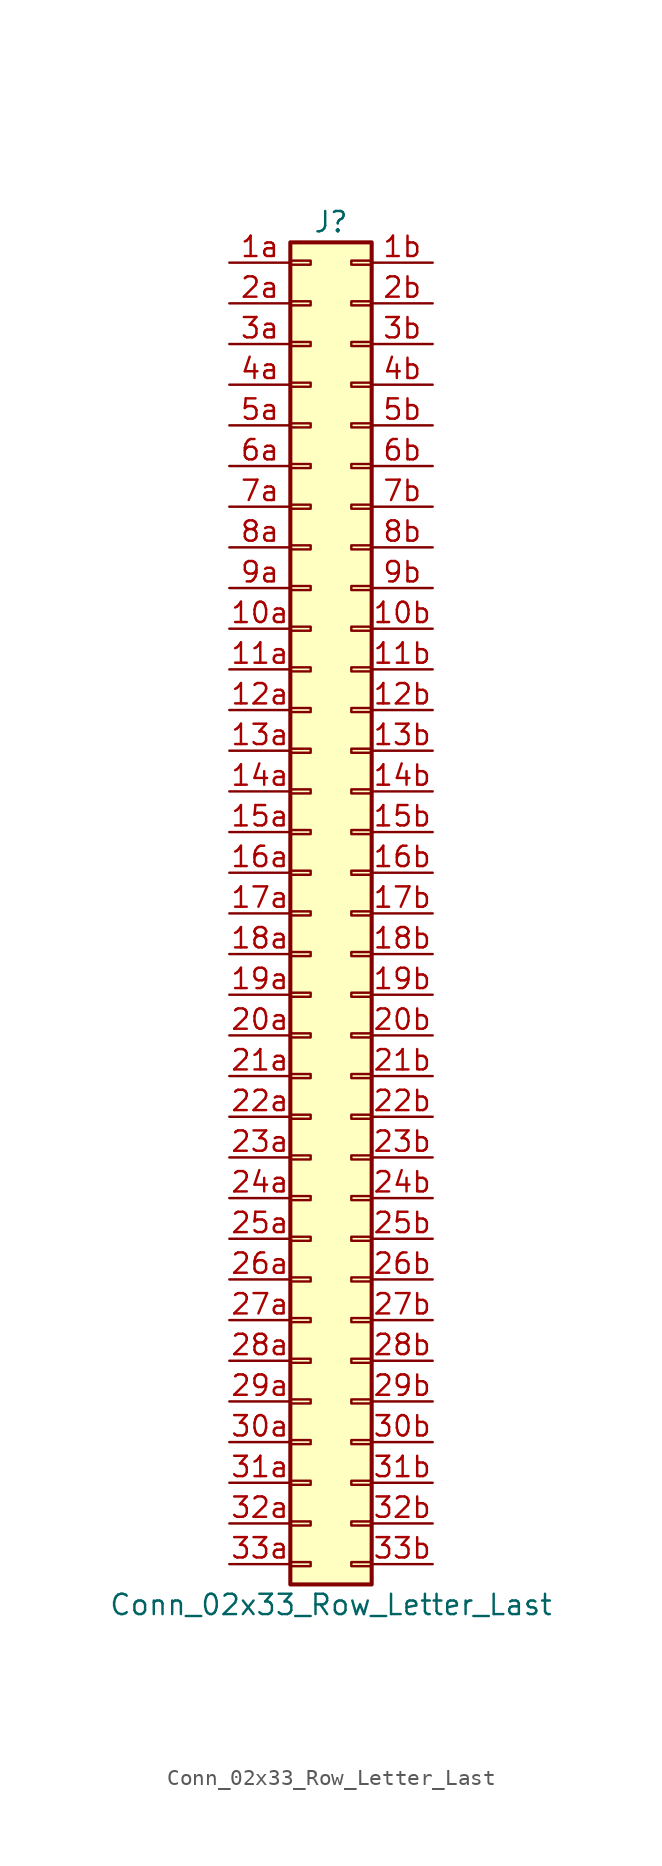
<source format=kicad_sym>
(kicad_symbol_lib
  (version 20201005)
  (generator kicad_symbol_editor)
  (symbol "Conn_02x33_Row_Letter_Last"
    (pin_names
      (offset 1.016) hide)
    (property "Reference" "J"
      (at 1.27 43.18 0)
      (effects (font (size 1.27 1.27))))
    (property "Value" "Conn_02x33_Row_Letter_Last"
      (at 1.27 -43.18 0)
      (effects (font (size 1.27 1.27))))
    (symbol "Conn_02x33_Row_Letter_Last_1_1"
      (rectangle (start -1.27 -40.513) (end 0 -40.767) (stroke (width 0.152)) (fill (type none)))
      (rectangle (start -1.27 -37.973) (end 0 -38.227) (stroke (width 0.152)) (fill (type none)))
      (rectangle (start -1.27 -35.433) (end 0 -35.687) (stroke (width 0.152)) (fill (type none)))
      (rectangle (start -1.27 -32.893) (end 0 -33.147) (stroke (width 0.152)) (fill (type none)))
      (rectangle (start -1.27 -30.353) (end 0 -30.607) (stroke (width 0.152)) (fill (type none)))
      (rectangle (start -1.27 -27.813) (end 0 -28.067) (stroke (width 0.152)) (fill (type none)))
      (rectangle (start -1.27 -25.273) (end 0 -25.527) (stroke (width 0.152)) (fill (type none)))
      (rectangle (start -1.27 -22.733) (end 0 -22.987) (stroke (width 0.152)) (fill (type none)))
      (rectangle (start -1.27 -20.193) (end 0 -20.447) (stroke (width 0.152)) (fill (type none)))
      (rectangle (start -1.27 -17.653) (end 0 -17.907) (stroke (width 0.152)) (fill (type none)))
      (rectangle (start -1.27 -15.113) (end 0 -15.367) (stroke (width 0.152)) (fill (type none)))
      (rectangle (start -1.27 -12.573) (end 0 -12.827) (stroke (width 0.152)) (fill (type none)))
      (rectangle (start -1.27 -10.033) (end 0 -10.287) (stroke (width 0.152)) (fill (type none)))
      (rectangle (start -1.27 -7.493) (end 0 -7.747) (stroke (width 0.152)) (fill (type none)))
      (rectangle (start -1.27 -4.953) (end 0 -5.207) (stroke (width 0.152)) (fill (type none)))
      (rectangle (start -1.27 -2.413) (end 0 -2.667) (stroke (width 0.152)) (fill (type none)))
      (rectangle (start -1.27 0.127) (end 0 -0.127) (stroke (width 0.152)) (fill (type none)))
      (rectangle (start -1.27 2.667) (end 0 2.413) (stroke (width 0.152)) (fill (type none)))
      (rectangle (start -1.27 5.207) (end 0 4.953) (stroke (width 0.152)) (fill (type none)))
      (rectangle (start -1.27 7.747) (end 0 7.493) (stroke (width 0.152)) (fill (type none)))
      (rectangle (start -1.27 10.287) (end 0 10.033) (stroke (width 0.152)) (fill (type none)))
      (rectangle (start -1.27 12.827) (end 0 12.573) (stroke (width 0.152)) (fill (type none)))
      (rectangle (start -1.27 15.367) (end 0 15.113) (stroke (width 0.152)) (fill (type none)))
      (rectangle (start -1.27 17.907) (end 0 17.653) (stroke (width 0.152)) (fill (type none)))
      (rectangle (start -1.27 20.447) (end 0 20.193) (stroke (width 0.152)) (fill (type none)))
      (rectangle (start -1.27 22.987) (end 0 22.733) (stroke (width 0.152)) (fill (type none)))
      (rectangle (start -1.27 25.527) (end 0 25.273) (stroke (width 0.152)) (fill (type none)))
      (rectangle (start -1.27 28.067) (end 0 27.813) (stroke (width 0.152)) (fill (type none)))
      (rectangle (start -1.27 30.607) (end 0 30.353) (stroke (width 0.152)) (fill (type none)))
      (rectangle (start -1.27 33.147) (end 0 32.893) (stroke (width 0.152)) (fill (type none)))
      (rectangle (start -1.27 35.687) (end 0 35.433) (stroke (width 0.152)) (fill (type none)))
      (rectangle (start -1.27 38.227) (end 0 37.973) (stroke (width 0.152)) (fill (type none)))
      (rectangle (start -1.27 40.767) (end 0 40.513) (stroke (width 0.152)) (fill (type none)))
      (rectangle (start 3.81 -40.513) (end 2.54 -40.767) (stroke (width 0.152)) (fill (type none)))
      (rectangle (start 3.81 -37.973) (end 2.54 -38.227) (stroke (width 0.152)) (fill (type none)))
      (rectangle (start 3.81 -35.433) (end 2.54 -35.687) (stroke (width 0.152)) (fill (type none)))
      (rectangle (start 3.81 -32.893) (end 2.54 -33.147) (stroke (width 0.152)) (fill (type none)))
      (rectangle (start 3.81 -30.353) (end 2.54 -30.607) (stroke (width 0.152)) (fill (type none)))
      (rectangle (start 3.81 -27.813) (end 2.54 -28.067) (stroke (width 0.152)) (fill (type none)))
      (rectangle (start 3.81 -25.273) (end 2.54 -25.527) (stroke (width 0.152)) (fill (type none)))
      (rectangle (start 3.81 -22.733) (end 2.54 -22.987) (stroke (width 0.152)) (fill (type none)))
      (rectangle (start 3.81 -20.193) (end 2.54 -20.447) (stroke (width 0.152)) (fill (type none)))
      (rectangle (start 3.81 -17.653) (end 2.54 -17.907) (stroke (width 0.152)) (fill (type none)))
      (rectangle (start 3.81 -15.113) (end 2.54 -15.367) (stroke (width 0.152)) (fill (type none)))
      (rectangle (start 3.81 -12.573) (end 2.54 -12.827) (stroke (width 0.152)) (fill (type none)))
      (rectangle (start 3.81 -10.033) (end 2.54 -10.287) (stroke (width 0.152)) (fill (type none)))
      (rectangle (start 3.81 -7.493) (end 2.54 -7.747) (stroke (width 0.152)) (fill (type none)))
      (rectangle (start 3.81 -4.953) (end 2.54 -5.207) (stroke (width 0.152)) (fill (type none)))
      (rectangle (start 3.81 -2.413) (end 2.54 -2.667) (stroke (width 0.152)) (fill (type none)))
      (rectangle (start 3.81 0.127) (end 2.54 -0.127) (stroke (width 0.152)) (fill (type none)))
      (rectangle (start 3.81 2.667) (end 2.54 2.413) (stroke (width 0.152)) (fill (type none)))
      (rectangle (start 3.81 5.207) (end 2.54 4.953) (stroke (width 0.152)) (fill (type none)))
      (rectangle (start 3.81 7.747) (end 2.54 7.493) (stroke (width 0.152)) (fill (type none)))
      (rectangle (start 3.81 10.287) (end 2.54 10.033) (stroke (width 0.152)) (fill (type none)))
      (rectangle (start 3.81 12.827) (end 2.54 12.573) (stroke (width 0.152)) (fill (type none)))
      (rectangle (start 3.81 15.367) (end 2.54 15.113) (stroke (width 0.152)) (fill (type none)))
      (rectangle (start 3.81 17.907) (end 2.54 17.653) (stroke (width 0.152)) (fill (type none)))
      (rectangle (start 3.81 20.447) (end 2.54 20.193) (stroke (width 0.152)) (fill (type none)))
      (rectangle (start 3.81 22.987) (end 2.54 22.733) (stroke (width 0.152)) (fill (type none)))
      (rectangle (start 3.81 25.527) (end 2.54 25.273) (stroke (width 0.152)) (fill (type none)))
      (rectangle (start 3.81 28.067) (end 2.54 27.813) (stroke (width 0.152)) (fill (type none)))
      (rectangle (start 3.81 30.607) (end 2.54 30.353) (stroke (width 0.152)) (fill (type none)))
      (rectangle (start 3.81 33.147) (end 2.54 32.893) (stroke (width 0.152)) (fill (type none)))
      (rectangle (start 3.81 35.687) (end 2.54 35.433) (stroke (width 0.152)) (fill (type none)))
      (rectangle (start 3.81 38.227) (end 2.54 37.973) (stroke (width 0.152)) (fill (type none)))
      (rectangle (start 3.81 40.767) (end 2.54 40.513) (stroke (width 0.152)) (fill (type none)))
      (rectangle (start -1.27 41.91) (end 3.81 -41.91) (stroke (width 0.254)) (fill (type background)))
      (pin passive line (at -5.08 17.78 0) (length 3.81) (name "Pin_10a" (effects (font (size 1.27 1.27)))) (number "10a" (effects (font (size 1.27 1.27)))))
      (pin passive line (at 7.62 17.78 180) (length 3.81) (name "Pin_10b" (effects (font (size 1.27 1.27)))) (number "10b" (effects (font (size 1.27 1.27)))))
      (pin passive line (at -5.08 15.24 0) (length 3.81) (name "Pin_11a" (effects (font (size 1.27 1.27)))) (number "11a" (effects (font (size 1.27 1.27)))))
      (pin passive line (at 7.62 15.24 180) (length 3.81) (name "Pin_11b" (effects (font (size 1.27 1.27)))) (number "11b" (effects (font (size 1.27 1.27)))))
      (pin passive line (at -5.08 12.7 0) (length 3.81) (name "Pin_12a" (effects (font (size 1.27 1.27)))) (number "12a" (effects (font (size 1.27 1.27)))))
      (pin passive line (at 7.62 12.7 180) (length 3.81) (name "Pin_12b" (effects (font (size 1.27 1.27)))) (number "12b" (effects (font (size 1.27 1.27)))))
      (pin passive line (at -5.08 10.16 0) (length 3.81) (name "Pin_13a" (effects (font (size 1.27 1.27)))) (number "13a" (effects (font (size 1.27 1.27)))))
      (pin passive line (at 7.62 10.16 180) (length 3.81) (name "Pin_13b" (effects (font (size 1.27 1.27)))) (number "13b" (effects (font (size 1.27 1.27)))))
      (pin passive line (at -5.08 7.62 0) (length 3.81) (name "Pin_14a" (effects (font (size 1.27 1.27)))) (number "14a" (effects (font (size 1.27 1.27)))))
      (pin passive line (at 7.62 7.62 180) (length 3.81) (name "Pin_14b" (effects (font (size 1.27 1.27)))) (number "14b" (effects (font (size 1.27 1.27)))))
      (pin passive line (at -5.08 5.08 0) (length 3.81) (name "Pin_15a" (effects (font (size 1.27 1.27)))) (number "15a" (effects (font (size 1.27 1.27)))))
      (pin passive line (at 7.62 5.08 180) (length 3.81) (name "Pin_15b" (effects (font (size 1.27 1.27)))) (number "15b" (effects (font (size 1.27 1.27)))))
      (pin passive line (at -5.08 2.54 0) (length 3.81) (name "Pin_16a" (effects (font (size 1.27 1.27)))) (number "16a" (effects (font (size 1.27 1.27)))))
      (pin passive line (at 7.62 2.54 180) (length 3.81) (name "Pin_16b" (effects (font (size 1.27 1.27)))) (number "16b" (effects (font (size 1.27 1.27)))))
      (pin passive line (at -5.08 0 0) (length 3.81) (name "Pin_17a" (effects (font (size 1.27 1.27)))) (number "17a" (effects (font (size 1.27 1.27)))))
      (pin passive line (at 7.62 0 180) (length 3.81) (name "Pin_17b" (effects (font (size 1.27 1.27)))) (number "17b" (effects (font (size 1.27 1.27)))))
      (pin passive line (at -5.08 -2.54 0) (length 3.81) (name "Pin_18a" (effects (font (size 1.27 1.27)))) (number "18a" (effects (font (size 1.27 1.27)))))
      (pin passive line (at 7.62 -2.54 180) (length 3.81) (name "Pin_18b" (effects (font (size 1.27 1.27)))) (number "18b" (effects (font (size 1.27 1.27)))))
      (pin passive line (at -5.08 -5.08 0) (length 3.81) (name "Pin_19a" (effects (font (size 1.27 1.27)))) (number "19a" (effects (font (size 1.27 1.27)))))
      (pin passive line (at 7.62 -5.08 180) (length 3.81) (name "Pin_19b" (effects (font (size 1.27 1.27)))) (number "19b" (effects (font (size 1.27 1.27)))))
      (pin passive line (at -5.08 40.64 0) (length 3.81) (name "Pin_1a" (effects (font (size 1.27 1.27)))) (number "1a" (effects (font (size 1.27 1.27)))))
      (pin passive line (at 7.62 40.64 180) (length 3.81) (name "Pin_1b" (effects (font (size 1.27 1.27)))) (number "1b" (effects (font (size 1.27 1.27)))))
      (pin passive line (at -5.08 -7.62 0) (length 3.81) (name "Pin_20a" (effects (font (size 1.27 1.27)))) (number "20a" (effects (font (size 1.27 1.27)))))
      (pin passive line (at 7.62 -7.62 180) (length 3.81) (name "Pin_20b" (effects (font (size 1.27 1.27)))) (number "20b" (effects (font (size 1.27 1.27)))))
      (pin passive line (at -5.08 -10.16 0) (length 3.81) (name "Pin_21a" (effects (font (size 1.27 1.27)))) (number "21a" (effects (font (size 1.27 1.27)))))
      (pin passive line (at 7.62 -10.16 180) (length 3.81) (name "Pin_21b" (effects (font (size 1.27 1.27)))) (number "21b" (effects (font (size 1.27 1.27)))))
      (pin passive line (at -5.08 -12.7 0) (length 3.81) (name "Pin_22a" (effects (font (size 1.27 1.27)))) (number "22a" (effects (font (size 1.27 1.27)))))
      (pin passive line (at 7.62 -12.7 180) (length 3.81) (name "Pin_22b" (effects (font (size 1.27 1.27)))) (number "22b" (effects (font (size 1.27 1.27)))))
      (pin passive line (at -5.08 -15.24 0) (length 3.81) (name "Pin_23a" (effects (font (size 1.27 1.27)))) (number "23a" (effects (font (size 1.27 1.27)))))
      (pin passive line (at 7.62 -15.24 180) (length 3.81) (name "Pin_23b" (effects (font (size 1.27 1.27)))) (number "23b" (effects (font (size 1.27 1.27)))))
      (pin passive line (at -5.08 -17.78 0) (length 3.81) (name "Pin_24a" (effects (font (size 1.27 1.27)))) (number "24a" (effects (font (size 1.27 1.27)))))
      (pin passive line (at 7.62 -17.78 180) (length 3.81) (name "Pin_24b" (effects (font (size 1.27 1.27)))) (number "24b" (effects (font (size 1.27 1.27)))))
      (pin passive line (at -5.08 -20.32 0) (length 3.81) (name "Pin_25a" (effects (font (size 1.27 1.27)))) (number "25a" (effects (font (size 1.27 1.27)))))
      (pin passive line (at 7.62 -20.32 180) (length 3.81) (name "Pin_25b" (effects (font (size 1.27 1.27)))) (number "25b" (effects (font (size 1.27 1.27)))))
      (pin passive line (at -5.08 -22.86 0) (length 3.81) (name "Pin_26a" (effects (font (size 1.27 1.27)))) (number "26a" (effects (font (size 1.27 1.27)))))
      (pin passive line (at 7.62 -22.86 180) (length 3.81) (name "Pin_26b" (effects (font (size 1.27 1.27)))) (number "26b" (effects (font (size 1.27 1.27)))))
      (pin passive line (at -5.08 -25.4 0) (length 3.81) (name "Pin_27a" (effects (font (size 1.27 1.27)))) (number "27a" (effects (font (size 1.27 1.27)))))
      (pin passive line (at 7.62 -25.4 180) (length 3.81) (name "Pin_27b" (effects (font (size 1.27 1.27)))) (number "27b" (effects (font (size 1.27 1.27)))))
      (pin passive line (at -5.08 -27.94 0) (length 3.81) (name "Pin_28a" (effects (font (size 1.27 1.27)))) (number "28a" (effects (font (size 1.27 1.27)))))
      (pin passive line (at 7.62 -27.94 180) (length 3.81) (name "Pin_28b" (effects (font (size 1.27 1.27)))) (number "28b" (effects (font (size 1.27 1.27)))))
      (pin passive line (at -5.08 -30.48 0) (length 3.81) (name "Pin_29a" (effects (font (size 1.27 1.27)))) (number "29a" (effects (font (size 1.27 1.27)))))
      (pin passive line (at 7.62 -30.48 180) (length 3.81) (name "Pin_29b" (effects (font (size 1.27 1.27)))) (number "29b" (effects (font (size 1.27 1.27)))))
      (pin passive line (at -5.08 38.1 0) (length 3.81) (name "Pin_2a" (effects (font (size 1.27 1.27)))) (number "2a" (effects (font (size 1.27 1.27)))))
      (pin passive line (at 7.62 38.1 180) (length 3.81) (name "Pin_2b" (effects (font (size 1.27 1.27)))) (number "2b" (effects (font (size 1.27 1.27)))))
      (pin passive line (at -5.08 -33.02 0) (length 3.81) (name "Pin_30a" (effects (font (size 1.27 1.27)))) (number "30a" (effects (font (size 1.27 1.27)))))
      (pin passive line (at 7.62 -33.02 180) (length 3.81) (name "Pin_30b" (effects (font (size 1.27 1.27)))) (number "30b" (effects (font (size 1.27 1.27)))))
      (pin passive line (at -5.08 -35.56 0) (length 3.81) (name "Pin_31a" (effects (font (size 1.27 1.27)))) (number "31a" (effects (font (size 1.27 1.27)))))
      (pin passive line (at 7.62 -35.56 180) (length 3.81) (name "Pin_31b" (effects (font (size 1.27 1.27)))) (number "31b" (effects (font (size 1.27 1.27)))))
      (pin passive line (at -5.08 -38.1 0) (length 3.81) (name "Pin_32a" (effects (font (size 1.27 1.27)))) (number "32a" (effects (font (size 1.27 1.27)))))
      (pin passive line (at 7.62 -38.1 180) (length 3.81) (name "Pin_32b" (effects (font (size 1.27 1.27)))) (number "32b" (effects (font (size 1.27 1.27)))))
      (pin passive line (at -5.08 -40.64 0) (length 3.81) (name "Pin_33a" (effects (font (size 1.27 1.27)))) (number "33a" (effects (font (size 1.27 1.27)))))
      (pin passive line (at 7.62 -40.64 180) (length 3.81) (name "Pin_33b" (effects (font (size 1.27 1.27)))) (number "33b" (effects (font (size 1.27 1.27)))))
      (pin passive line (at -5.08 35.56 0) (length 3.81) (name "Pin_3a" (effects (font (size 1.27 1.27)))) (number "3a" (effects (font (size 1.27 1.27)))))
      (pin passive line (at 7.62 35.56 180) (length 3.81) (name "Pin_3b" (effects (font (size 1.27 1.27)))) (number "3b" (effects (font (size 1.27 1.27)))))
      (pin passive line (at -5.08 33.02 0) (length 3.81) (name "Pin_4a" (effects (font (size 1.27 1.27)))) (number "4a" (effects (font (size 1.27 1.27)))))
      (pin passive line (at 7.62 33.02 180) (length 3.81) (name "Pin_4b" (effects (font (size 1.27 1.27)))) (number "4b" (effects (font (size 1.27 1.27)))))
      (pin passive line (at -5.08 30.48 0) (length 3.81) (name "Pin_5a" (effects (font (size 1.27 1.27)))) (number "5a" (effects (font (size 1.27 1.27)))))
      (pin passive line (at 7.62 30.48 180) (length 3.81) (name "Pin_5b" (effects (font (size 1.27 1.27)))) (number "5b" (effects (font (size 1.27 1.27)))))
      (pin passive line (at -5.08 27.94 0) (length 3.81) (name "Pin_6a" (effects (font (size 1.27 1.27)))) (number "6a" (effects (font (size 1.27 1.27)))))
      (pin passive line (at 7.62 27.94 180) (length 3.81) (name "Pin_6b" (effects (font (size 1.27 1.27)))) (number "6b" (effects (font (size 1.27 1.27)))))
      (pin passive line (at -5.08 25.4 0) (length 3.81) (name "Pin_7a" (effects (font (size 1.27 1.27)))) (number "7a" (effects (font (size 1.27 1.27)))))
      (pin passive line (at 7.62 25.4 180) (length 3.81) (name "Pin_7b" (effects (font (size 1.27 1.27)))) (number "7b" (effects (font (size 1.27 1.27)))))
      (pin passive line (at -5.08 22.86 0) (length 3.81) (name "Pin_8a" (effects (font (size 1.27 1.27)))) (number "8a" (effects (font (size 1.27 1.27)))))
      (pin passive line (at 7.62 22.86 180) (length 3.81) (name "Pin_8b" (effects (font (size 1.27 1.27)))) (number "8b" (effects (font (size 1.27 1.27)))))
      (pin passive line (at -5.08 20.32 0) (length 3.81) (name "Pin_9a" (effects (font (size 1.27 1.27)))) (number "9a" (effects (font (size 1.27 1.27)))))
      (pin passive line (at 7.62 20.32 180) (length 3.81) (name "Pin_9b" (effects (font (size 1.27 1.27)))) (number "9b" (effects (font (size 1.27 1.27))))))))
</source>
